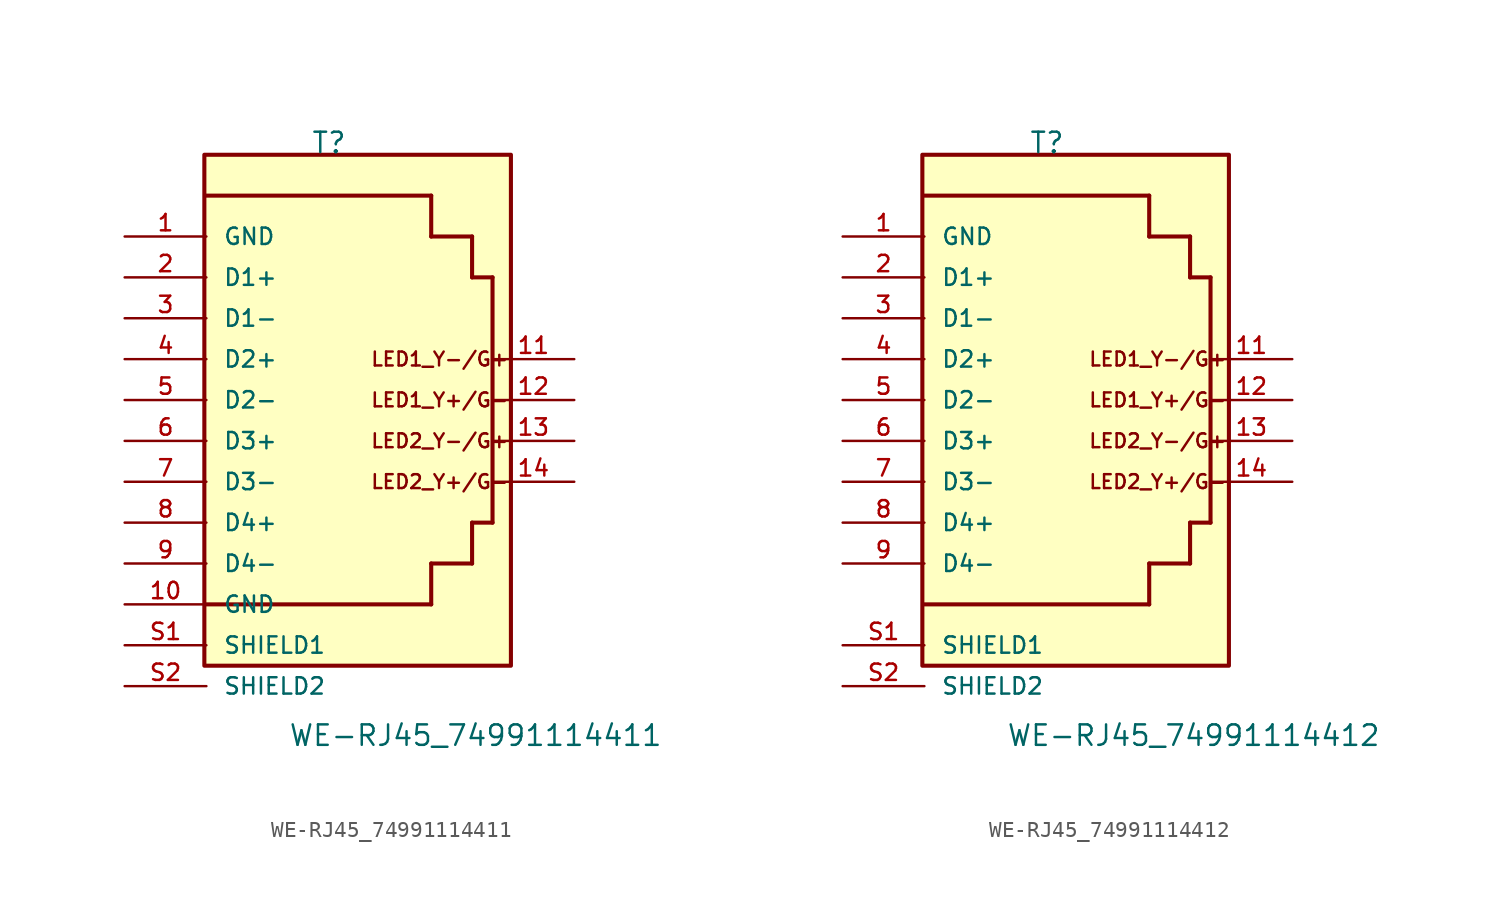
<source format=kicad_sym>
(kicad_symbol_lib
  (version 20241209)
  (generator "kicad_symbol_editor")
  (generator_version "9.0")
  (symbol "WE-RJ45_74991114411"
    (pin_names
      (offset 1.016))
    (property "Reference" "T"
      (at 0 15.24 0)
      (effects (font (size 1.27 1.27)) (justify bottom)))
    (property "Value" "WE-RJ45_74991114411"
      (at -2.54 -21.59 0)
      (effects (font (size 1.27 1.27)) (justify left bottom)))
    (symbol "WE-RJ45_74991114411_0_0"
      (rectangle (start -7.747 -16.51) (end 11.303 15.24) (stroke (width 0.254) (type default)) (fill (type background)))
      (polyline (pts (xy -7.62 12.7) (xy 6.35 12.7)) (stroke (width 0.254) (type default)) (fill (type none)))
      (polyline (pts (xy 6.35 12.7) (xy 6.35 10.16)) (stroke (width 0.254) (type default)) (fill (type none)))
      (polyline (pts (xy 6.35 10.16) (xy 8.89 10.16)) (stroke (width 0.254) (type default)) (fill (type none)))
      (polyline (pts (xy 6.35 -10.16) (xy 8.89 -10.16)) (stroke (width 0.254) (type default)) (fill (type none)))
      (polyline (pts (xy 6.35 -12.7) (xy -7.62 -12.7)) (stroke (width 0.254) (type default)) (fill (type none)))
      (polyline (pts (xy 6.35 -12.7) (xy 6.35 -10.16)) (stroke (width 0.254) (type default)) (fill (type none)))
      (polyline (pts (xy 8.89 10.16) (xy 8.89 7.62)) (stroke (width 0.254) (type default)) (fill (type none)))
      (polyline (pts (xy 8.89 7.62) (xy 10.16 7.62)) (stroke (width 0.254) (type default)) (fill (type none)))
      (polyline (pts (xy 8.89 -7.62) (xy 10.16 -7.62)) (stroke (width 0.254) (type default)) (fill (type none)))
      (polyline (pts (xy 8.89 -10.16) (xy 8.89 -7.62)) (stroke (width 0.254) (type default)) (fill (type none)))
      (polyline (pts (xy 10.16 7.62) (xy 10.16 -7.62)) (stroke (width 0.254) (type default)) (fill (type none)))
      (text "LED1_Y-/G+" (at 2.54 2.54 0) (effects (font (size 0.864 0.864)) (justify left)))
      (text "LED1_Y+/G-" (at 2.54 0 0) (effects (font (size 0.864 0.864)) (justify left)))
      (text "LED2_Y-/G+" (at 2.54 -2.54 0) (effects (font (size 0.864 0.864)) (justify left)))
      (text "LED2_Y+/G-" (at 2.54 -5.08 0) (effects (font (size 0.864 0.864)) (justify left)))
      (pin passive line (at -12.7 10.16 0) (length 5.08) (name "GND" (effects (font (size 1.016 1.016)))) (number "1" (effects (font (size 1.016 1.016)))))
      (pin passive line (at -12.7 7.62 0) (length 5.08) (name "D1+" (effects (font (size 1.016 1.016)))) (number "2" (effects (font (size 1.016 1.016)))))
      (pin passive line (at -12.7 5.08 0) (length 5.08) (name "D1-" (effects (font (size 1.016 1.016)))) (number "3" (effects (font (size 1.016 1.016)))))
      (pin passive line (at -12.7 2.54 0) (length 5.08) (name "D2+" (effects (font (size 1.016 1.016)))) (number "4" (effects (font (size 1.016 1.016)))))
      (pin passive line (at -12.7 0 0) (length 5.08) (name "D2-" (effects (font (size 1.016 1.016)))) (number "5" (effects (font (size 1.016 1.016)))))
      (pin passive line (at -12.7 -2.54 0) (length 5.08) (name "D3+" (effects (font (size 1.016 1.016)))) (number "6" (effects (font (size 1.016 1.016)))))
      (pin passive line (at -12.7 -5.08 0) (length 5.08) (name "D3-" (effects (font (size 1.016 1.016)))) (number "7" (effects (font (size 1.016 1.016)))))
      (pin passive line (at -12.7 -7.62 0) (length 5.08) (name "D4+" (effects (font (size 1.016 1.016)))) (number "8" (effects (font (size 1.016 1.016)))))
      (pin passive line (at -12.7 -10.16 0) (length 5.08) (name "D4-" (effects (font (size 1.016 1.016)))) (number "9" (effects (font (size 1.016 1.016)))))
      (pin passive line (at -12.7 -15.24 0) (length 5.08) (name "SHIELD1" (effects (font (size 1.016 1.016)))) (number "S1" (effects (font (size 1.016 1.016)))))
      (pin passive line (at -12.7 -17.78 0) (length 5.08) (name "SHIELD2" (effects (font (size 1.016 1.016)))) (number "S2" (effects (font (size 1.016 1.016)))))
      (pin passive line (at 15.24 2.54 180) (length 5.08) (name "~" (effects (font (size 1.016 1.016)))) (number "11" (effects (font (size 1.016 1.016)))))
      (pin passive line (at 15.24 0 180) (length 5.08) (name "~" (effects (font (size 1.016 1.016)))) (number "12" (effects (font (size 1.016 1.016)))))
      (pin passive line (at 15.24 -2.54 180) (length 5.08) (name "~" (effects (font (size 1.016 1.016)))) (number "13" (effects (font (size 1.016 1.016)))))
      (pin passive line (at 15.24 -5.08 180) (length 5.08) (name "~" (effects (font (size 1.016 1.016)))) (number "14" (effects (font (size 1.016 1.016))))))
    (symbol "WE-RJ45_74991114411_1_0"
      (pin passive line (at -12.7 -12.7 0) (length 5.08) (name "GND" (effects (font (size 1.016 1.016)))) (number "10" (effects (font (size 1.016 1.016)))))))
  (symbol "WE-RJ45_74991114412"
    (pin_names
      (offset 1.016))
    (property "Reference" "T"
      (at 0 15.24 0)
      (effects (font (size 1.27 1.27)) (justify bottom)))
    (property "Value" "WE-RJ45_74991114412"
      (at -2.54 -21.59 0)
      (effects (font (size 1.27 1.27)) (justify left bottom)))
    (symbol "WE-RJ45_74991114412_0_0"
      (rectangle (start -7.747 -16.51) (end 11.303 15.24) (stroke (width 0.254) (type default)) (fill (type background)))
      (polyline (pts (xy -7.62 12.7) (xy 6.35 12.7)) (stroke (width 0.254) (type default)) (fill (type none)))
      (polyline (pts (xy 6.35 12.7) (xy 6.35 10.16)) (stroke (width 0.254) (type default)) (fill (type none)))
      (polyline (pts (xy 6.35 10.16) (xy 8.89 10.16)) (stroke (width 0.254) (type default)) (fill (type none)))
      (polyline (pts (xy 6.35 -10.16) (xy 8.89 -10.16)) (stroke (width 0.254) (type default)) (fill (type none)))
      (polyline (pts (xy 6.35 -12.7) (xy -7.62 -12.7)) (stroke (width 0.254) (type default)) (fill (type none)))
      (polyline (pts (xy 6.35 -12.7) (xy 6.35 -10.16)) (stroke (width 0.254) (type default)) (fill (type none)))
      (polyline (pts (xy 8.89 10.16) (xy 8.89 7.62)) (stroke (width 0.254) (type default)) (fill (type none)))
      (polyline (pts (xy 8.89 7.62) (xy 10.16 7.62)) (stroke (width 0.254) (type default)) (fill (type none)))
      (polyline (pts (xy 8.89 -7.62) (xy 10.16 -7.62)) (stroke (width 0.254) (type default)) (fill (type none)))
      (polyline (pts (xy 8.89 -10.16) (xy 8.89 -7.62)) (stroke (width 0.254) (type default)) (fill (type none)))
      (polyline (pts (xy 10.16 7.62) (xy 10.16 -7.62)) (stroke (width 0.254) (type default)) (fill (type none)))
      (text "LED1_Y-/G+" (at 2.54 2.54 0) (effects (font (size 0.864 0.864)) (justify left)))
      (text "LED1_Y+/G-" (at 2.54 0 0) (effects (font (size 0.864 0.864)) (justify left)))
      (text "LED2_Y-/G+" (at 2.54 -2.54 0) (effects (font (size 0.864 0.864)) (justify left)))
      (text "LED2_Y+/G-" (at 2.54 -5.08 0) (effects (font (size 0.864 0.864)) (justify left)))
      (pin passive line (at -12.7 10.16 0) (length 5.08) (name "GND" (effects (font (size 1.016 1.016)))) (number "1" (effects (font (size 1.016 1.016)))))
      (pin passive line (at -12.7 7.62 0) (length 5.08) (name "D1+" (effects (font (size 1.016 1.016)))) (number "2" (effects (font (size 1.016 1.016)))))
      (pin passive line (at -12.7 5.08 0) (length 5.08) (name "D1-" (effects (font (size 1.016 1.016)))) (number "3" (effects (font (size 1.016 1.016)))))
      (pin passive line (at -12.7 2.54 0) (length 5.08) (name "D2+" (effects (font (size 1.016 1.016)))) (number "4" (effects (font (size 1.016 1.016)))))
      (pin passive line (at -12.7 0 0) (length 5.08) (name "D2-" (effects (font (size 1.016 1.016)))) (number "5" (effects (font (size 1.016 1.016)))))
      (pin passive line (at -12.7 -2.54 0) (length 5.08) (name "D3+" (effects (font (size 1.016 1.016)))) (number "6" (effects (font (size 1.016 1.016)))))
      (pin passive line (at -12.7 -5.08 0) (length 5.08) (name "D3-" (effects (font (size 1.016 1.016)))) (number "7" (effects (font (size 1.016 1.016)))))
      (pin passive line (at -12.7 -7.62 0) (length 5.08) (name "D4+" (effects (font (size 1.016 1.016)))) (number "8" (effects (font (size 1.016 1.016)))))
      (pin passive line (at -12.7 -10.16 0) (length 5.08) (name "D4-" (effects (font (size 1.016 1.016)))) (number "9" (effects (font (size 1.016 1.016)))))
      (pin passive line (at -12.7 -15.24 0) (length 5.08) (name "SHIELD1" (effects (font (size 1.016 1.016)))) (number "S1" (effects (font (size 1.016 1.016)))))
      (pin passive line (at -12.7 -17.78 0) (length 5.08) (name "SHIELD2" (effects (font (size 1.016 1.016)))) (number "S2" (effects (font (size 1.016 1.016)))))
      (pin passive line (at 15.24 2.54 180) (length 5.08) (name "~" (effects (font (size 1.016 1.016)))) (number "11" (effects (font (size 1.016 1.016)))))
      (pin passive line (at 15.24 0 180) (length 5.08) (name "~" (effects (font (size 1.016 1.016)))) (number "12" (effects (font (size 1.016 1.016)))))
      (pin passive line (at 15.24 -2.54 180) (length 5.08) (name "~" (effects (font (size 1.016 1.016)))) (number "13" (effects (font (size 1.016 1.016)))))
      (pin passive line (at 15.24 -5.08 180) (length 5.08) (name "~" (effects (font (size 1.016 1.016)))) (number "14" (effects (font (size 1.016 1.016))))))))
</source>
